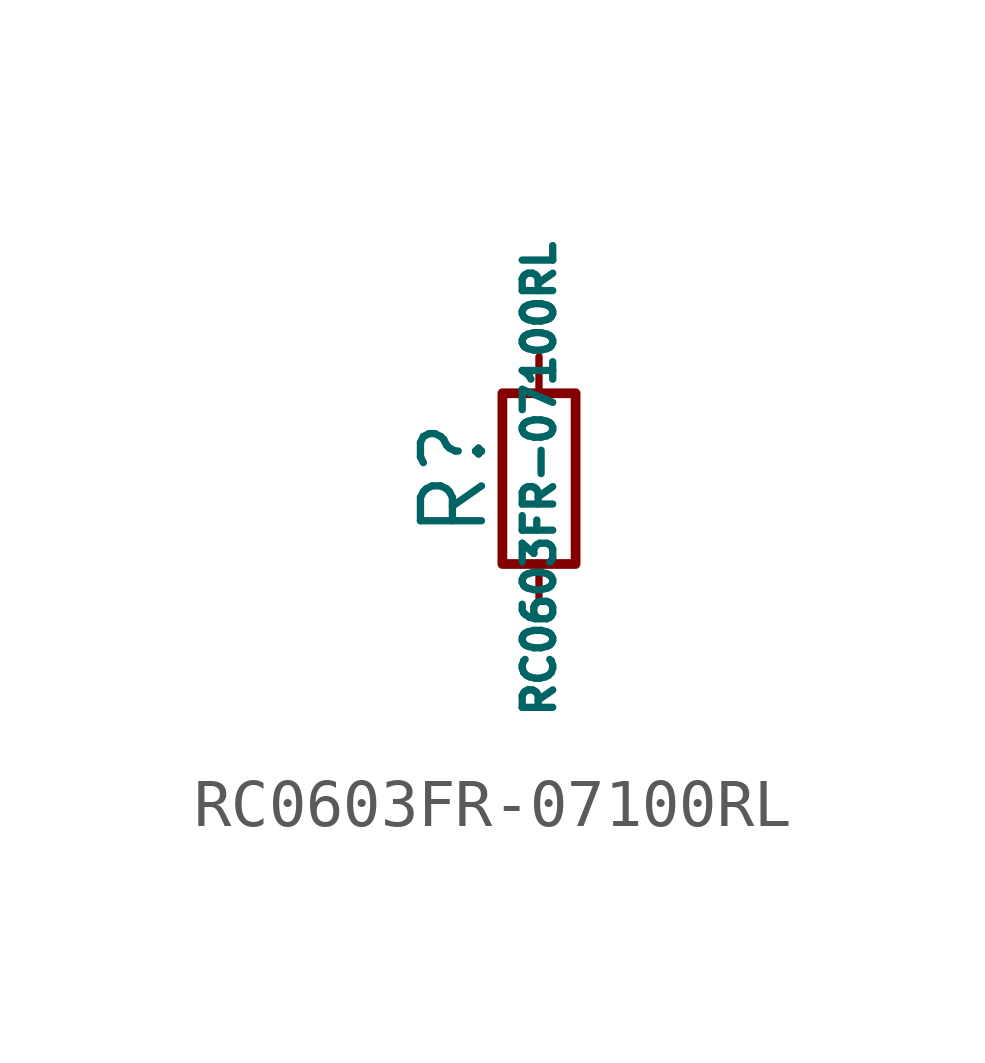
<source format=kicad_sym>
(kicad_symbol_lib
  (version 20220914)
  (generator kicad_symbol_editor)
  (symbol "RC0603FR-07100RL"
    (pin_numbers hide)
    (pin_names
      (offset 0.254) hide)
    (property "Reference" "R"
      (at -1.778 0 90)
      (effects (font (size 1.27 1.27))))
    (property "Value" "RC0603FR-07100RL"
      (at 0 0 90)
      (effects (font (size 0.635 0.635))))
    (symbol "RC0603FR-07100RL_0_1"
      (rectangle (start -0.762 1.778) (end 0.762 -1.778) (stroke (width 0.203) (type default)) (fill (type none))))
    (symbol "RC0603FR-07100RL_1_1"
      (pin passive line (at 0 2.54 270) (length 0.762) (name "~" (effects (font (size 1.27 1.27)))) (number "1" (effects (font (size 1.27 1.27)))))
      (pin passive line (at 0 -2.54 90) (length 0.762) (name "~" (effects (font (size 1.27 1.27)))) (number "2" (effects (font (size 1.27 1.27))))))))
</source>
